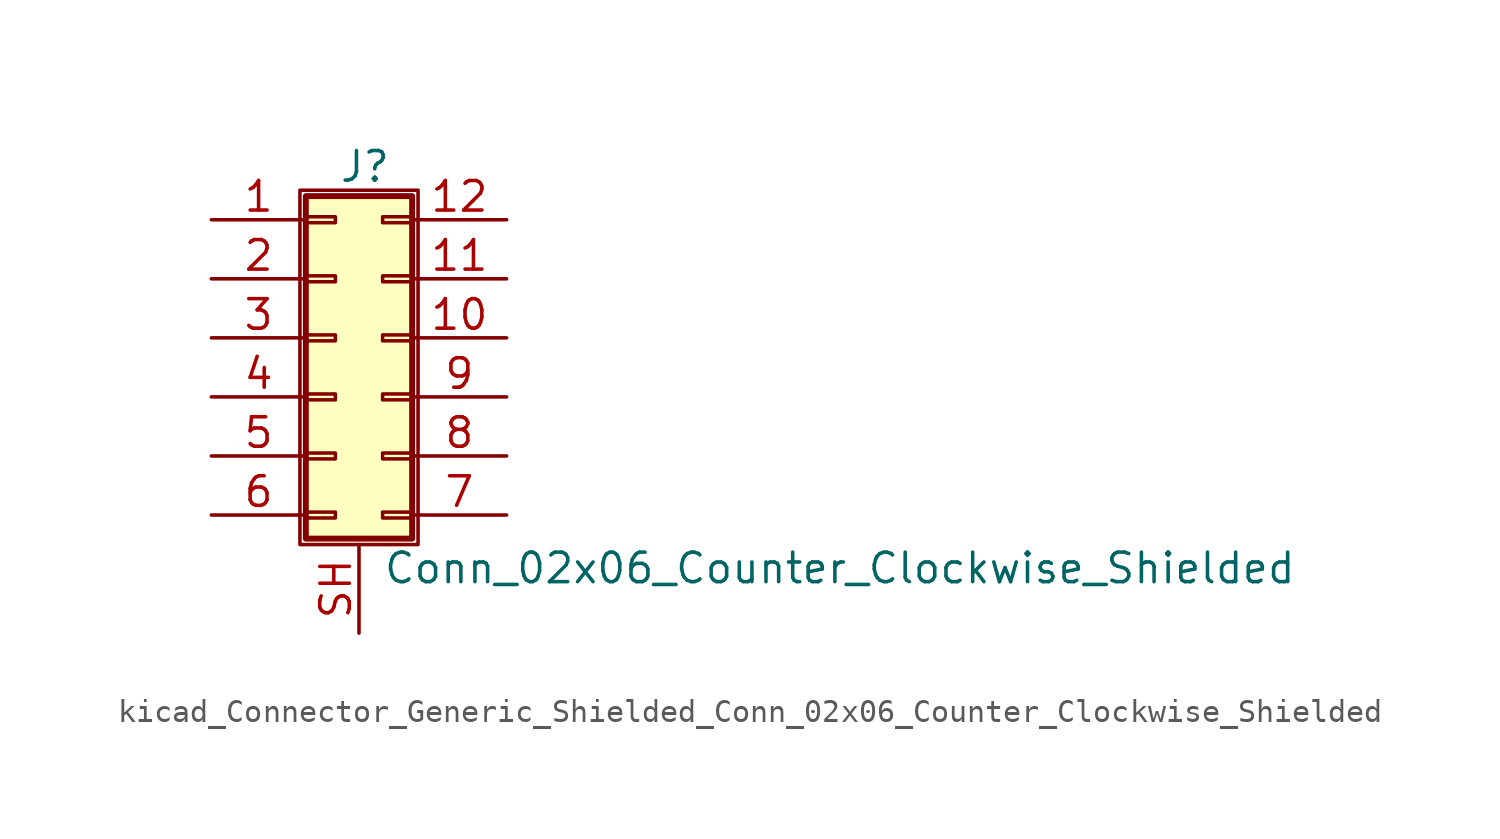
<source format=kicad_sym>
(kicad_symbol_lib
  (version 20220914)
  (generator kicad_symbol_editor)
  (symbol "kicad_Connector_Generic_Shielded_Conn_02x06_Counter_Clockwise_Shielded"
    (pin_names
      (offset 1.016) hide)
    (property "Reference" "J"
      (at 1.524 7.366 0)
      (effects (font (size 1.27 1.27))))
    (property "Value" "Conn_02x06_Counter_Clockwise_Shielded"
      (at 2.286 -9.906 0)
      (effects (font (size 1.27 1.27)) (justify left)))
    (symbol "kicad_Connector_Generic_Shielded_Conn_02x06_Counter_Clockwise_Shielded_1_1"
      (rectangle (start -1.27 6.35) (end 3.81 -8.89) (stroke (width 0.152) (type default)) (fill (type none)))
      (rectangle (start -1.016 -7.493) (end 0.254 -7.747) (stroke (width 0.152) (type default)) (fill (type none)))
      (rectangle (start -1.016 -4.953) (end 0.254 -5.207) (stroke (width 0.152) (type default)) (fill (type none)))
      (rectangle (start -1.016 -2.413) (end 0.254 -2.667) (stroke (width 0.152) (type default)) (fill (type none)))
      (rectangle (start -1.016 0.127) (end 0.254 -0.127) (stroke (width 0.152) (type default)) (fill (type none)))
      (rectangle (start -1.016 2.667) (end 0.254 2.413) (stroke (width 0.152) (type default)) (fill (type none)))
      (rectangle (start -1.016 5.207) (end 0.254 4.953) (stroke (width 0.152) (type default)) (fill (type none)))
      (rectangle (start -1.016 6.096) (end 3.556 -8.636) (stroke (width 0.254) (type default)) (fill (type background)))
      (rectangle (start 3.556 -7.493) (end 2.286 -7.747) (stroke (width 0.152) (type default)) (fill (type none)))
      (rectangle (start 3.556 -4.953) (end 2.286 -5.207) (stroke (width 0.152) (type default)) (fill (type none)))
      (rectangle (start 3.556 -2.413) (end 2.286 -2.667) (stroke (width 0.152) (type default)) (fill (type none)))
      (rectangle (start 3.556 0.127) (end 2.286 -0.127) (stroke (width 0.152) (type default)) (fill (type none)))
      (rectangle (start 3.556 2.667) (end 2.286 2.413) (stroke (width 0.152) (type default)) (fill (type none)))
      (rectangle (start 3.556 5.207) (end 2.286 4.953) (stroke (width 0.152) (type default)) (fill (type none)))
      (pin passive line (at -5.08 5.08 0) (length 4.064) (name "Pin_1" (effects (font (size 1.27 1.27)))) (number "1" (effects (font (size 1.27 1.27)))))
      (pin passive line (at 7.62 0 180) (length 4.064) (name "Pin_10" (effects (font (size 1.27 1.27)))) (number "10" (effects (font (size 1.27 1.27)))))
      (pin passive line (at 7.62 2.54 180) (length 4.064) (name "Pin_11" (effects (font (size 1.27 1.27)))) (number "11" (effects (font (size 1.27 1.27)))))
      (pin passive line (at 7.62 5.08 180) (length 4.064) (name "Pin_12" (effects (font (size 1.27 1.27)))) (number "12" (effects (font (size 1.27 1.27)))))
      (pin passive line (at -5.08 2.54 0) (length 4.064) (name "Pin_2" (effects (font (size 1.27 1.27)))) (number "2" (effects (font (size 1.27 1.27)))))
      (pin passive line (at -5.08 0 0) (length 4.064) (name "Pin_3" (effects (font (size 1.27 1.27)))) (number "3" (effects (font (size 1.27 1.27)))))
      (pin passive line (at -5.08 -2.54 0) (length 4.064) (name "Pin_4" (effects (font (size 1.27 1.27)))) (number "4" (effects (font (size 1.27 1.27)))))
      (pin passive line (at -5.08 -5.08 0) (length 4.064) (name "Pin_5" (effects (font (size 1.27 1.27)))) (number "5" (effects (font (size 1.27 1.27)))))
      (pin passive line (at -5.08 -7.62 0) (length 4.064) (name "Pin_6" (effects (font (size 1.27 1.27)))) (number "6" (effects (font (size 1.27 1.27)))))
      (pin passive line (at 7.62 -7.62 180) (length 4.064) (name "Pin_7" (effects (font (size 1.27 1.27)))) (number "7" (effects (font (size 1.27 1.27)))))
      (pin passive line (at 7.62 -5.08 180) (length 4.064) (name "Pin_8" (effects (font (size 1.27 1.27)))) (number "8" (effects (font (size 1.27 1.27)))))
      (pin passive line (at 7.62 -2.54 180) (length 4.064) (name "Pin_9" (effects (font (size 1.27 1.27)))) (number "9" (effects (font (size 1.27 1.27)))))
      (pin passive line (at 1.27 -12.7 90) (length 3.81) (name "Shield" (effects (font (size 1.27 1.27)))) (number "SH" (effects (font (size 1.27 1.27))))))))
</source>
